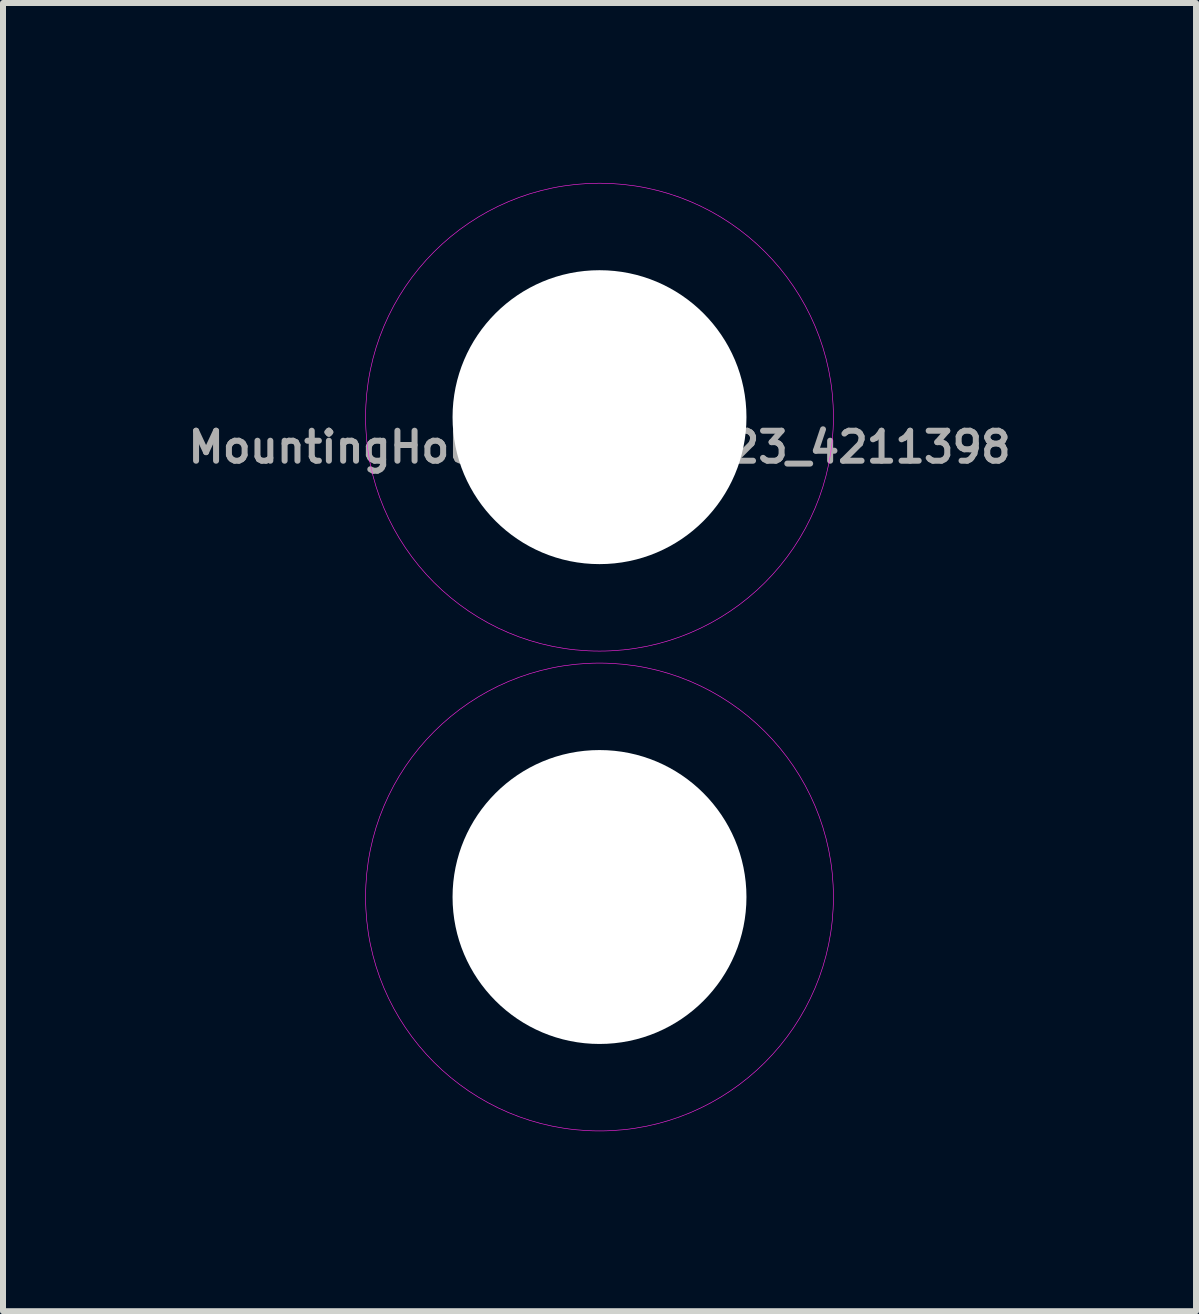
<source format=kicad_pcb>
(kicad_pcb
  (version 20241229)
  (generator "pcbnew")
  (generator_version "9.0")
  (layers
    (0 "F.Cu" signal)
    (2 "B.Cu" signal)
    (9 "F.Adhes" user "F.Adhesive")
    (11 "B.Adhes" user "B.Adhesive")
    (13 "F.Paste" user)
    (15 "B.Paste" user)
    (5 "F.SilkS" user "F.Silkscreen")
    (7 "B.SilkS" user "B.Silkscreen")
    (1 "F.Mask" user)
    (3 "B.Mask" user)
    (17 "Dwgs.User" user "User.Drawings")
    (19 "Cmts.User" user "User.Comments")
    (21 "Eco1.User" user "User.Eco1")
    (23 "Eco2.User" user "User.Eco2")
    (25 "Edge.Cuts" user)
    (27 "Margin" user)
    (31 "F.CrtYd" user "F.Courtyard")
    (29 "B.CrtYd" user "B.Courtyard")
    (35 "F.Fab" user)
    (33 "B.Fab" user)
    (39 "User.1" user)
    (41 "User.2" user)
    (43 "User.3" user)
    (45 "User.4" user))
  (footprint "MountingHoles_LEGO_3023_4211398"
    (layer "F.Cu")
    (at 6.945 7.905)
    (property "Reference" "MountingHoles_LEGO_3023_4211398" (at 0 -3.5 0) (layer "F.Fab") (effects (font (size 0.5 0.5) (thickness 0.1))))
    (attr through_hole)
    (fp_circle (center 0 -4) (end 3.9 -4) (stroke (width 0.01) (type solid)) (fill no) (layer "F.CrtYd"))
    (fp_circle (center 0 4) (end 3.9 4) (stroke (width 0.01) (type solid)) (fill no) (layer "F.CrtYd"))
    (pad "" np_thru_hole circle (at 0 -4) (size 4.9 4.9) (drill 4.9) (layers "*.Cu" "*.Mask"))
    (pad "" smd rect (at 0 0) (size 7.8 15.8) (layers "B.Mask"))
    (pad "" np_thru_hole circle (at 0 4) (size 4.9 4.9) (drill 4.9) (layers "*.Cu" "*.Mask")))
  (gr_rect
    (start -3 -3)
    (end 16.89 18.81)
    (stroke (width 0.1) (type default))
    (fill no)
    (layer "Edge.Cuts")))
</source>
